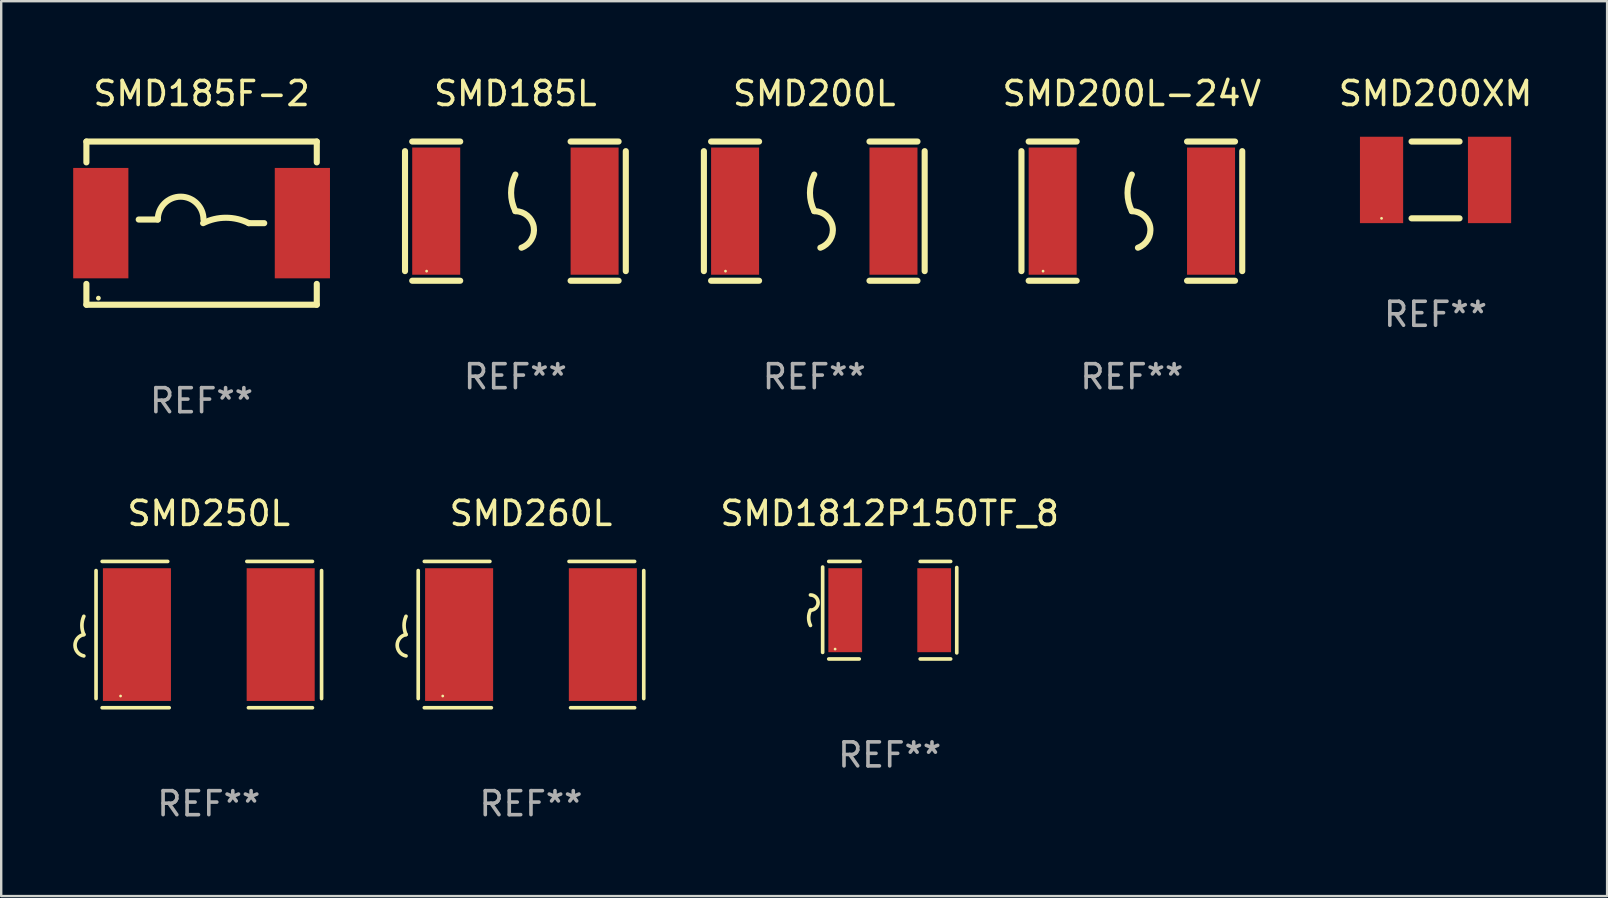
<source format=kicad_pcb>
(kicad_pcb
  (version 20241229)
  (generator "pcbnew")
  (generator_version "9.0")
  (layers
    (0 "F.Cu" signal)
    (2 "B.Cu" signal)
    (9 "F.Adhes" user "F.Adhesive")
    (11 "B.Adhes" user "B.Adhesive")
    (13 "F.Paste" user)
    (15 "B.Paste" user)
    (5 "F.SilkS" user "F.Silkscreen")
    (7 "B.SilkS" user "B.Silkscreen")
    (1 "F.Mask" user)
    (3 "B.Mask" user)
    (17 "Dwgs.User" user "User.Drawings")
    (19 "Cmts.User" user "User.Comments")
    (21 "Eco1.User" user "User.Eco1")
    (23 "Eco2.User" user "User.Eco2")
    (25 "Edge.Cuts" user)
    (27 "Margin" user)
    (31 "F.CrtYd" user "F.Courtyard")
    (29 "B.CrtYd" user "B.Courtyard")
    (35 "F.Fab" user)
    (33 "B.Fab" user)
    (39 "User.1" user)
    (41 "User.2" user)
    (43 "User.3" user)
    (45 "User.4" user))
  (footprint "SMD185L"
    (layer "F.Cu")
    (at 18.427 5.748)
    (property "Reference" "SMD185L" (at 0 -4.9 0) (layer "F.SilkS") (effects (font (size 1 1) (thickness 0.15))))
    (attr through_hole)
    (fp_line (start -4.6 -2.5) (end -4.6 2.5) (stroke (width 0.254) (type solid)) (layer "F.SilkS"))
    (fp_line (start -4.3 -2.9) (end -2.3 -2.9) (stroke (width 0.254) (type solid)) (layer "F.SilkS"))
    (fp_line (start -4.3 2.9) (end -2.3 2.9) (stroke (width 0.254) (type solid)) (layer "F.SilkS"))
    (fp_line (start 2.3 -2.9) (end 4.3 -2.9) (stroke (width 0.254) (type solid)) (layer "F.SilkS"))
    (fp_line (start 2.3 2.9) (end 4.3 2.9) (stroke (width 0.254) (type solid)) (layer "F.SilkS"))
    (fp_line (start 4.6 -2.5) (end 4.6 2.5) (stroke (width 0.254) (type solid)) (layer "F.SilkS"))
    (fp_arc (start 0 0) (mid -0.179884 -0.762002) (end 0 -1.524003) (stroke (width 0.254001) (type solid)) (layer "F.SilkS"))
    (fp_arc (start 0 0) (mid 0.763086 0.655987) (end 0.254001 1.524003) (stroke (width 0.254001) (type solid)) (layer "F.SilkS"))
    (fp_circle (center -3.7 2.5) (end -3.67 2.5) (stroke (width 0.06) (type solid)) (fill no) (layer "F.SilkS"))
    (fp_text user "REF**" (at 0 6.9 0) (layer "F.Fab") (effects (font (size 1 1) (thickness 0.15))))
    (pad "1" smd rect (at -3.3 0) (size 2 5.3) (layers "F.Cu" "F.Mask" "F.Paste"))
    (pad "2" smd rect (at 3.3 0) (size 2 5.3) (layers "F.Cu" "F.Mask" "F.Paste")))
  (footprint "SMD200XM"
    (layer "F.Cu")
    (at 56.769 4.448)
    (property "Reference" "SMD200XM" (at 0 -3.6 0) (layer "F.SilkS") (effects (font (size 1 1) (thickness 0.15))))
    (attr through_hole)
    (fp_line (start -1 -1.6) (end 1 -1.6) (stroke (width 0.254) (type solid)) (layer "F.SilkS"))
    (fp_line (start 1 1.6) (end -1 1.6) (stroke (width 0.254) (type solid)) (layer "F.SilkS"))
    (fp_circle (center -2.25 1.6) (end -2.22 1.6) (stroke (width 0.06) (type solid)) (fill no) (layer "F.SilkS"))
    (fp_text user "REF**" (at 0 5.6 0) (layer "F.Fab") (effects (font (size 1 1) (thickness 0.15))))
    (pad "1" smd rect (at -2.25 0) (size 1.8 3.6) (layers "F.Cu" "F.Mask" "F.Paste"))
    (pad "2" smd rect (at 2.25 0) (size 1.8 3.6) (layers "F.Cu" "F.Mask" "F.Paste")))
  (footprint "SMD250L"
    (layer "F.Cu")
    (at 5.651 23.393)
    (property "Reference" "SMD250L" (at 0 -5.048 0) (layer "F.SilkS") (effects (font (size 1 1) (thickness 0.15))))
    (attr through_hole)
    (fp_line (start -4.699 -2.667) (end -4.699 2.667) (stroke (width 0.152) (type solid)) (layer "F.SilkS"))
    (fp_line (start -4.445 -3.048) (end -1.712 -3.048) (stroke (width 0.152) (type solid)) (layer "F.SilkS"))
    (fp_line (start -1.651 3.048) (end -4.445 3.048) (stroke (width 0.152) (type solid)) (layer "F.SilkS"))
    (fp_line (start 1.651 3.048) (end 4.318 3.048) (stroke (width 0.152) (type solid)) (layer "F.SilkS"))
    (fp_line (start 4.318 -3.048) (end 1.585 -3.048) (stroke (width 0.152) (type solid)) (layer "F.SilkS"))
    (fp_line (start 4.699 -2.667) (end 4.699 2.667) (stroke (width 0.152) (type solid)) (layer "F.SilkS"))
    (fp_arc (start -5.20701 0) (mid -5.288646 -0.381001) (end -5.20701 -0.762002) (stroke (width 0.151994) (type solid)) (layer "F.SilkS"))
    (fp_arc (start -5.20701 0.889002) (mid -5.574698 0.444501) (end -5.20701 0) (stroke (width 0.151994) (type solid)) (layer "F.SilkS"))
    (fp_circle (center -3.677 2.56) (end -3.647 2.56) (stroke (width 0.06) (type solid)) (fill no) (layer "F.SilkS"))
    (fp_text user "REF**" (at 0 7.048 0) (layer "F.Fab") (effects (font (size 1 1) (thickness 0.15))))
    (pad "1" smd rect (at -2.995 0) (size 2.835 5.53) (layers "F.Cu" "F.Mask" "F.Paste"))
    (pad "2" smd rect (at 2.995 0) (size 2.835 5.53) (layers "F.Cu" "F.Mask" "F.Paste")))
  (footprint "SMD260L"
    (layer "F.Cu")
    (at 19.076 23.393)
    (property "Reference" "SMD260L" (at 0 -5.048 0) (layer "F.SilkS") (effects (font (size 1 1) (thickness 0.15))))
    (attr through_hole)
    (fp_line (start -4.699 -2.667) (end -4.699 2.667) (stroke (width 0.152) (type solid)) (layer "F.SilkS"))
    (fp_line (start -4.445 -3.048) (end -1.712 -3.048) (stroke (width 0.152) (type solid)) (layer "F.SilkS"))
    (fp_line (start -1.651 3.048) (end -4.445 3.048) (stroke (width 0.152) (type solid)) (layer "F.SilkS"))
    (fp_line (start 1.651 3.048) (end 4.318 3.048) (stroke (width 0.152) (type solid)) (layer "F.SilkS"))
    (fp_line (start 4.318 -3.048) (end 1.585 -3.048) (stroke (width 0.152) (type solid)) (layer "F.SilkS"))
    (fp_line (start 4.699 -2.667) (end 4.699 2.667) (stroke (width 0.152) (type solid)) (layer "F.SilkS"))
    (fp_arc (start -5.20701 0) (mid -5.288646 -0.381001) (end -5.20701 -0.762002) (stroke (width 0.151994) (type solid)) (layer "F.SilkS"))
    (fp_arc (start -5.20701 0.889002) (mid -5.574698 0.444501) (end -5.20701 0) (stroke (width 0.151994) (type solid)) (layer "F.SilkS"))
    (fp_circle (center -3.677 2.56) (end -3.647 2.56) (stroke (width 0.06) (type solid)) (fill no) (layer "F.SilkS"))
    (fp_text user "REF**" (at 0 7.048 0) (layer "F.Fab") (effects (font (size 1 1) (thickness 0.15))))
    (pad "1" smd rect (at -2.995 0) (size 2.835 5.53) (layers "F.Cu" "F.Mask" "F.Paste"))
    (pad "2" smd rect (at 2.995 0) (size 2.835 5.53) (layers "F.Cu" "F.Mask" "F.Paste")))
  (footprint "SMD200L-24V"
    (layer "F.Cu")
    (at 44.114 5.748)
    (property "Reference" "SMD200L-24V" (at 0 -4.9 0) (layer "F.SilkS") (effects (font (size 1 1) (thickness 0.15))))
    (attr through_hole)
    (fp_line (start -4.6 -2.5) (end -4.6 2.5) (stroke (width 0.254) (type solid)) (layer "F.SilkS"))
    (fp_line (start -4.3 -2.9) (end -2.3 -2.9) (stroke (width 0.254) (type solid)) (layer "F.SilkS"))
    (fp_line (start -4.3 2.9) (end -2.3 2.9) (stroke (width 0.254) (type solid)) (layer "F.SilkS"))
    (fp_line (start 2.3 -2.9) (end 4.3 -2.9) (stroke (width 0.254) (type solid)) (layer "F.SilkS"))
    (fp_line (start 2.3 2.9) (end 4.3 2.9) (stroke (width 0.254) (type solid)) (layer "F.SilkS"))
    (fp_line (start 4.6 -2.5) (end 4.6 2.5) (stroke (width 0.254) (type solid)) (layer "F.SilkS"))
    (fp_arc (start 0 0) (mid -0.179884 -0.762002) (end 0 -1.524003) (stroke (width 0.254001) (type solid)) (layer "F.SilkS"))
    (fp_arc (start 0 0) (mid 0.763086 0.655987) (end 0.254001 1.524003) (stroke (width 0.254001) (type solid)) (layer "F.SilkS"))
    (fp_circle (center -3.7 2.5) (end -3.67 2.5) (stroke (width 0.06) (type solid)) (fill no) (layer "F.SilkS"))
    (fp_text user "REF**" (at 0 6.9 0) (layer "F.Fab") (effects (font (size 1 1) (thickness 0.15))))
    (pad "1" smd rect (at -3.3 0) (size 2 5.3) (layers "F.Cu" "F.Mask" "F.Paste"))
    (pad "2" smd rect (at 3.3 0) (size 2 5.3) (layers "F.Cu" "F.Mask" "F.Paste")))
  (footprint "SMD185F-2"
    (layer "F.Cu")
    (at 5.35 6.248)
    (property "Reference" "SMD185F-2" (at 0 -5.4 0) (layer "F.SilkS") (effects (font (size 1 1) (thickness 0.15))))
    (attr through_hole)
    (fp_line (start -4.8 -3.4) (end -4.8 -2.531) (stroke (width 0.254) (type solid)) (layer "F.SilkS"))
    (fp_line (start -4.8 -3.4) (end 4.8 -3.4) (stroke (width 0.254) (type solid)) (layer "F.SilkS"))
    (fp_line (start -4.8 2.531) (end -4.8 3.4) (stroke (width 0.254) (type solid)) (layer "F.SilkS"))
    (fp_line (start -4.8 3.4) (end 4.8 3.4) (stroke (width 0.254) (type solid)) (layer "F.SilkS"))
    (fp_line (start -1.825 -0.15) (end -2.62 -0.15) (stroke (width 0.254) (type solid)) (layer "F.SilkS"))
    (fp_line (start 1.969 0.001) (end 2.61 0.001) (stroke (width 0.254) (type solid)) (layer "F.SilkS"))
    (fp_line (start 4.8 -3.4) (end 4.8 -2.531) (stroke (width 0.254) (type solid)) (layer "F.SilkS"))
    (fp_line (start 4.8 2.531) (end 4.8 3.4) (stroke (width 0.254) (type solid)) (layer "F.SilkS"))
    (fp_arc (start -1.824994 -0.149987) (mid -0.872492 -1.102489) (end 0.08001 -0.149987) (stroke (width 0.254001) (type solid)) (layer "F.SilkS"))
    (fp_arc (start 0.0635 0.000508) (mid 1.016002 -0.224347) (end 1.968504 0.000508) (stroke (width 0.254001) (type solid)) (layer "F.SilkS"))
    (fp_circle (center -4.3 3.125) (end -4.25 3.125) (stroke (width 0.1) (type solid)) (fill no) (layer "F.SilkS"))
    (fp_text user "REF**" (at 0 7.4 0) (layer "F.Fab") (effects (font (size 1 1) (thickness 0.15))))
    (pad "1" smd rect (at -4.2 0.000025) (size 2.3 4.6) (layers "F.Cu" "F.Mask" "F.Paste"))
    (pad "2" smd rect (at 4.2 0.000025) (size 2.3 4.6) (layers "F.Cu" "F.Mask" "F.Paste")))
  (footprint "SMD200L"
    (layer "F.Cu")
    (at 30.881 5.748)
    (property "Reference" "SMD200L" (at 0 -4.9 0) (layer "F.SilkS") (effects (font (size 1 1) (thickness 0.15))))
    (attr through_hole)
    (fp_line (start -4.6 -2.5) (end -4.6 2.5) (stroke (width 0.254) (type solid)) (layer "F.SilkS"))
    (fp_line (start -4.3 -2.9) (end -2.3 -2.9) (stroke (width 0.254) (type solid)) (layer "F.SilkS"))
    (fp_line (start -4.3 2.9) (end -2.3 2.9) (stroke (width 0.254) (type solid)) (layer "F.SilkS"))
    (fp_line (start 2.3 -2.9) (end 4.3 -2.9) (stroke (width 0.254) (type solid)) (layer "F.SilkS"))
    (fp_line (start 2.3 2.9) (end 4.3 2.9) (stroke (width 0.254) (type solid)) (layer "F.SilkS"))
    (fp_line (start 4.6 -2.5) (end 4.6 2.5) (stroke (width 0.254) (type solid)) (layer "F.SilkS"))
    (fp_arc (start 0 0) (mid -0.179884 -0.762002) (end 0 -1.524003) (stroke (width 0.254001) (type solid)) (layer "F.SilkS"))
    (fp_arc (start 0 0) (mid 0.763086 0.655987) (end 0.254001 1.524003) (stroke (width 0.254001) (type solid)) (layer "F.SilkS"))
    (fp_circle (center -3.7 2.5) (end -3.67 2.5) (stroke (width 0.06) (type solid)) (fill no) (layer "F.SilkS"))
    (fp_text user "REF**" (at 0 6.9 0) (layer "F.Fab") (effects (font (size 1 1) (thickness 0.15))))
    (pad "1" smd rect (at -3.3 0) (size 2 5.3) (layers "F.Cu" "F.Mask" "F.Paste"))
    (pad "2" smd rect (at 3.3 0) (size 2 5.3) (layers "F.Cu" "F.Mask" "F.Paste")))
  (footprint "SMD1812P150TF_8"
    (layer "F.Cu")
    (at 34.024 22.377)
    (property "Reference" "SMD1812P150TF_8" (at 0 -4.032 0) (layer "F.SilkS") (effects (font (size 1 1) (thickness 0.15))))
    (attr through_hole)
    (fp_line (start -2.794 -1.798) (end -2.794 1.758) (stroke (width 0.152) (type solid)) (layer "F.SilkS"))
    (fp_line (start -2.54 -2.032) (end -1.235 -2.032) (stroke (width 0.152) (type solid)) (layer "F.SilkS"))
    (fp_line (start -1.27 2.032) (end -2.54 2.032) (stroke (width 0.152) (type solid)) (layer "F.SilkS"))
    (fp_line (start 1.27 2.032) (end 2.54 2.032) (stroke (width 0.152) (type solid)) (layer "F.SilkS"))
    (fp_line (start 2.54 -2.032) (end 1.27 -2.032) (stroke (width 0.152) (type solid)) (layer "F.SilkS"))
    (fp_line (start 2.794 -1.778) (end 2.794 1.778) (stroke (width 0.152) (type solid)) (layer "F.SilkS"))
    (fp_arc (start -3.302007 -0.635002) (mid -2.984506 -0.317501) (end -3.302007 0) (stroke (width 0.151994) (type solid)) (layer "F.SilkS"))
    (fp_arc (start -3.302007 0.635002) (mid -3.376959 0.317501) (end -3.302007 0) (stroke (width 0.151994) (type solid)) (layer "F.SilkS"))
    (fp_circle (center -2.275 1.62) (end -2.245 1.62) (stroke (width 0.06) (type solid)) (fill no) (layer "F.SilkS"))
    (fp_text user "REF**" (at 0 6.032 0) (layer "F.Fab") (effects (font (size 1 1) (thickness 0.15))))
    (pad "1" smd rect (at -1.853 0) (size 1.407 3.499) (layers "F.Cu" "F.Mask" "F.Paste"))
    (pad "2" smd rect (at 1.853 0) (size 1.407 3.499) (layers "F.Cu" "F.Mask" "F.Paste")))
  (gr_rect
    (start -3 -3)
    (end 63.918 34.289)
    (stroke (width 0.1) (type default))
    (fill no)
    (layer "Edge.Cuts")))
</source>
